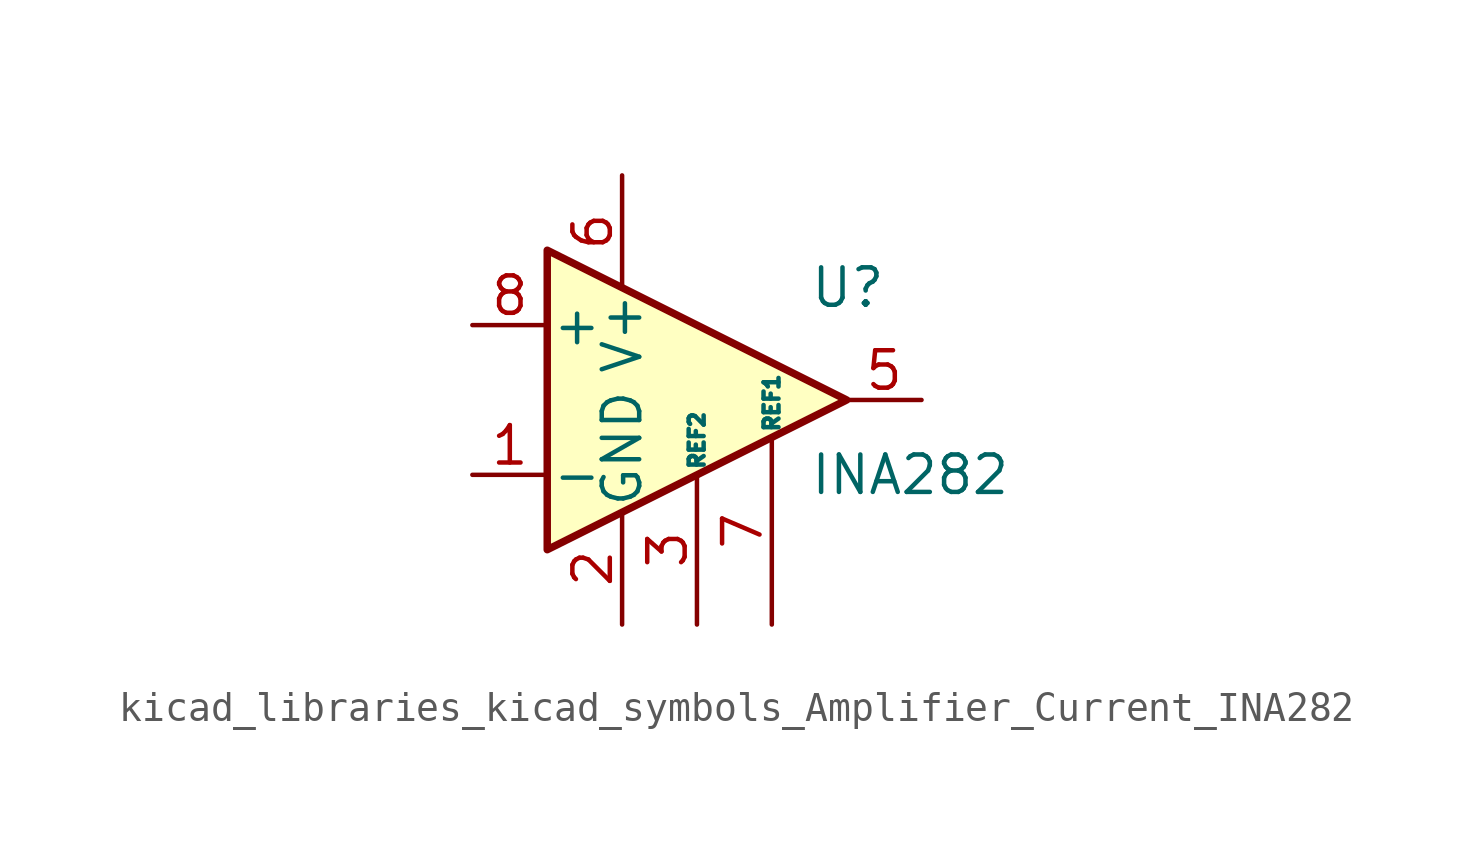
<source format=kicad_sym>
(kicad_symbol_lib
  (version 20220914)
  (generator kicad_symbol_editor)
  (symbol "kicad_libraries_kicad_symbols_Amplifier_Current_INA282"
    (pin_names
      (offset 0.127))
    (property "Reference" "U"
      (at 3.81 3.81 0)
      (effects (font (size 1.27 1.27)) (justify left)))
    (property "Value" "INA282"
      (at 3.81 -2.54 0)
      (effects (font (size 1.27 1.27)) (justify left)))
    (symbol "kicad_libraries_kicad_symbols_Amplifier_Current_INA282_0_1"
      (polyline (pts (xy 5.08 0) (xy -5.08 5.08) (xy -5.08 -5.08) (xy 5.08 0)) (stroke (width 0.254) (type default)) (fill (type background))))
    (symbol "kicad_libraries_kicad_symbols_Amplifier_Current_INA282_1_1"
      (pin input line (at -7.62 -2.54 0) (length 2.54) (name "-" (effects (font (size 1.27 1.27)))) (number "1" (effects (font (size 1.27 1.27)))))
      (pin power_in line (at -2.54 -7.62 90) (length 3.81) (name "GND" (effects (font (size 1.27 1.27)))) (number "2" (effects (font (size 1.27 1.27)))))
      (pin input line (at 0 -7.62 90) (length 5.08) (name "REF2" (effects (font (size 0.508 0.508)))) (number "3" (effects (font (size 1.27 1.27)))))
      (pin no_connect line (at -5.08 0 0) (length 2.54) hide (name "NC" (effects (font (size 1.27 1.27)))) (number "4" (effects (font (size 1.27 1.27)))))
      (pin output line (at 7.62 0 180) (length 2.54) (name "~" (effects (font (size 1.27 1.27)))) (number "5" (effects (font (size 1.27 1.27)))))
      (pin input line (at -2.54 7.62 270) (length 3.81) (name "V+" (effects (font (size 1.27 1.27)))) (number "6" (effects (font (size 1.27 1.27)))))
      (pin input line (at 2.54 -7.62 90) (length 6.35) (name "REF1" (effects (font (size 0.508 0.508)))) (number "7" (effects (font (size 1.27 1.27)))))
      (pin input line (at -7.62 2.54 0) (length 2.54) (name "+" (effects (font (size 1.27 1.27)))) (number "8" (effects (font (size 1.27 1.27))))))))
</source>
